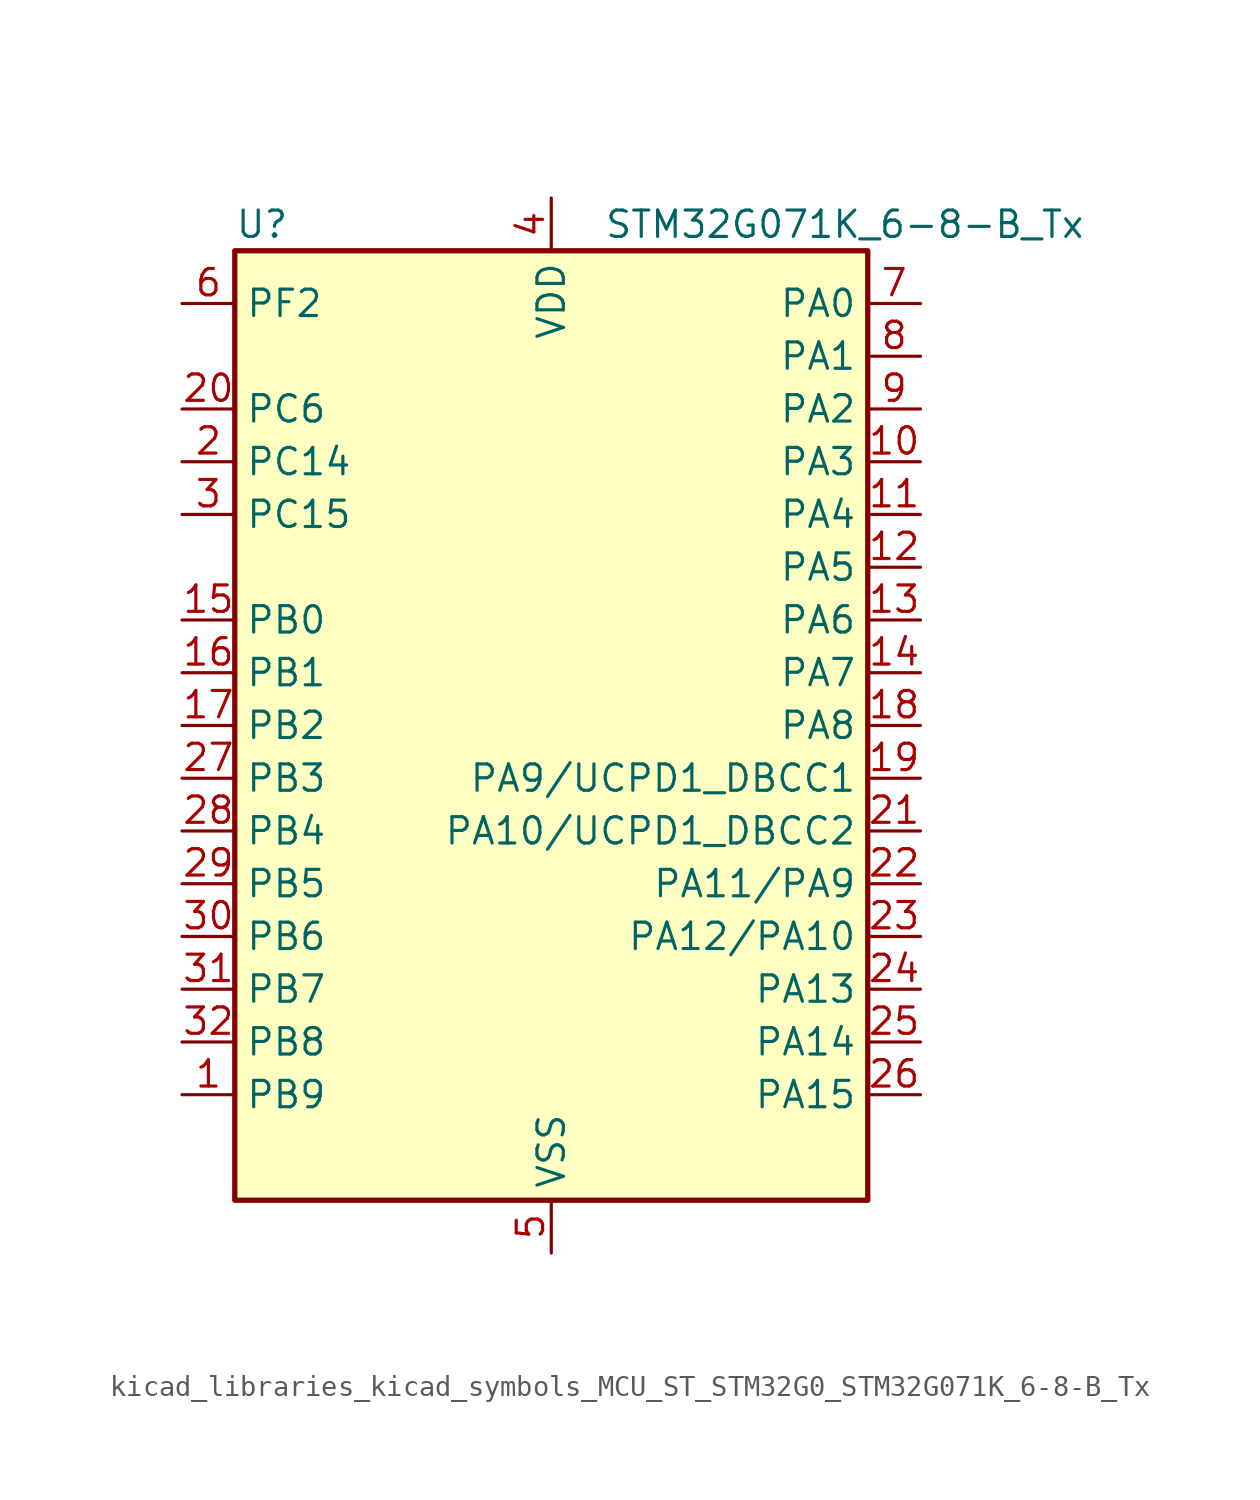
<source format=kicad_sym>
(kicad_symbol_lib
  (version 20220914)
  (generator kicad_symbol_editor)
  (symbol "kicad_libraries_kicad_symbols_MCU_ST_STM32G0_STM32G071K_6-8-B_Tx"
    (property "Reference" "U"
      (at -15.24 24.13 0)
      (effects (font (size 1.27 1.27)) (justify left)))
    (property "Value" "STM32G071K_6-8-B_Tx"
      (at 2.54 24.13 0)
      (effects (font (size 1.27 1.27)) (justify left)))
    (property "ki_locked" ""
      (at 0 0 0)
      (effects (font (size 1.27 1.27))))
    (symbol "kicad_libraries_kicad_symbols_MCU_ST_STM32G0_STM32G071K_6-8-B_Tx_0_1"
      (rectangle (start -15.24 -22.86) (end 15.24 22.86) (stroke (width 0.254) (type default)) (fill (type background))))
    (symbol "kicad_libraries_kicad_symbols_MCU_ST_STM32G0_STM32G071K_6-8-B_Tx_1_1"
      (pin bidirectional line (at -17.78 -17.78 0) (length 2.54) (name "PB9" (effects (font (size 1.27 1.27)))) (number "1" (effects (font (size 1.27 1.27)))) (alternate "DAC1_EXTI9" bidirectional line) (alternate "I2C1_SDA" bidirectional line) (alternate "IR_OUT" bidirectional line) (alternate "SPI2_NSS" bidirectional line) (alternate "TIM17_CH1" bidirectional line) (alternate "USART3_RX" bidirectional line))
      (pin bidirectional line (at 17.78 12.7 180) (length 2.54) (name "PA3" (effects (font (size 1.27 1.27)))) (number "10" (effects (font (size 1.27 1.27)))) (alternate "ADC1_IN3" bidirectional line) (alternate "COMP2_INP" bidirectional line) (alternate "LPUART1_RX" bidirectional line) (alternate "SPI2_MISO" bidirectional line) (alternate "TIM15_CH2" bidirectional line) (alternate "TIM2_CH4" bidirectional line) (alternate "USART2_RX" bidirectional line))
      (pin bidirectional line (at 17.78 10.16 180) (length 2.54) (name "PA4" (effects (font (size 1.27 1.27)))) (number "11" (effects (font (size 1.27 1.27)))) (alternate "ADC1_IN4" bidirectional line) (alternate "DAC1_OUT1" bidirectional line) (alternate "I2S1_WS" bidirectional line) (alternate "LPTIM2_OUT" bidirectional line) (alternate "RTC_OUT_ALARM" bidirectional line) (alternate "RTC_OUT_CALIB" bidirectional line) (alternate "RTC_TAMP_IN1" bidirectional line) (alternate "RTC_TS" bidirectional line) (alternate "SPI1_NSS" bidirectional line) (alternate "SPI2_MOSI" bidirectional line) (alternate "SYS_WKUP2" bidirectional line) (alternate "TIM14_CH1" bidirectional line))
      (pin bidirectional line (at 17.78 7.62 180) (length 2.54) (name "PA5" (effects (font (size 1.27 1.27)))) (number "12" (effects (font (size 1.27 1.27)))) (alternate "ADC1_IN5" bidirectional line) (alternate "CEC" bidirectional line) (alternate "DAC1_OUT2" bidirectional line) (alternate "I2S1_CK" bidirectional line) (alternate "LPTIM2_ETR" bidirectional line) (alternate "SPI1_SCK" bidirectional line) (alternate "TIM2_CH1" bidirectional line) (alternate "TIM2_ETR" bidirectional line) (alternate "UCPD1_FRSTX1" bidirectional line) (alternate "UCPD1_FRSTX2" bidirectional line) (alternate "USART3_TX" bidirectional line))
      (pin bidirectional line (at 17.78 5.08 180) (length 2.54) (name "PA6" (effects (font (size 1.27 1.27)))) (number "13" (effects (font (size 1.27 1.27)))) (alternate "ADC1_IN6" bidirectional line) (alternate "COMP1_OUT" bidirectional line) (alternate "I2S1_MCK" bidirectional line) (alternate "LPUART1_CTS" bidirectional line) (alternate "SPI1_MISO" bidirectional line) (alternate "TIM16_CH1" bidirectional line) (alternate "TIM1_BK" bidirectional line) (alternate "TIM3_CH1" bidirectional line) (alternate "USART3_CTS" bidirectional line) (alternate "USART3_NSS" bidirectional line))
      (pin bidirectional line (at 17.78 2.54 180) (length 2.54) (name "PA7" (effects (font (size 1.27 1.27)))) (number "14" (effects (font (size 1.27 1.27)))) (alternate "ADC1_IN7" bidirectional line) (alternate "COMP2_OUT" bidirectional line) (alternate "I2S1_SD" bidirectional line) (alternate "SPI1_MOSI" bidirectional line) (alternate "TIM14_CH1" bidirectional line) (alternate "TIM17_CH1" bidirectional line) (alternate "TIM1_CH1N" bidirectional line) (alternate "TIM3_CH2" bidirectional line) (alternate "UCPD1_FRSTX1" bidirectional line) (alternate "UCPD1_FRSTX2" bidirectional line))
      (pin bidirectional line (at -17.78 5.08 0) (length 2.54) (name "PB0" (effects (font (size 1.27 1.27)))) (number "15" (effects (font (size 1.27 1.27)))) (alternate "ADC1_IN8" bidirectional line) (alternate "COMP1_OUT" bidirectional line) (alternate "I2S1_WS" bidirectional line) (alternate "LPTIM1_OUT" bidirectional line) (alternate "SPI1_NSS" bidirectional line) (alternate "TIM1_CH2N" bidirectional line) (alternate "TIM3_CH3" bidirectional line) (alternate "UCPD1_FRSTX1" bidirectional line) (alternate "UCPD1_FRSTX2" bidirectional line) (alternate "USART3_RX" bidirectional line))
      (pin bidirectional line (at -17.78 2.54 0) (length 2.54) (name "PB1" (effects (font (size 1.27 1.27)))) (number "16" (effects (font (size 1.27 1.27)))) (alternate "ADC1_IN9" bidirectional line) (alternate "COMP1_INM" bidirectional line) (alternate "LPTIM2_IN1" bidirectional line) (alternate "LPUART1_DE" bidirectional line) (alternate "LPUART1_RTS" bidirectional line) (alternate "TIM14_CH1" bidirectional line) (alternate "TIM1_CH3N" bidirectional line) (alternate "TIM3_CH4" bidirectional line) (alternate "USART3_CK" bidirectional line) (alternate "USART3_DE" bidirectional line) (alternate "USART3_RTS" bidirectional line))
      (pin bidirectional line (at -17.78 0 0) (length 2.54) (name "PB2" (effects (font (size 1.27 1.27)))) (number "17" (effects (font (size 1.27 1.27)))) (alternate "ADC1_IN10" bidirectional line) (alternate "COMP1_INP" bidirectional line) (alternate "LPTIM1_OUT" bidirectional line) (alternate "SPI2_MISO" bidirectional line) (alternate "USART3_TX" bidirectional line))
      (pin bidirectional line (at 17.78 0 180) (length 2.54) (name "PA8" (effects (font (size 1.27 1.27)))) (number "18" (effects (font (size 1.27 1.27)))) (alternate "LPTIM2_OUT" bidirectional line) (alternate "RCC_MCO" bidirectional line) (alternate "SPI2_NSS" bidirectional line) (alternate "TIM1_CH1" bidirectional line) (alternate "UCPD1_CC1" bidirectional line))
      (pin bidirectional line (at 17.78 -2.54 180) (length 2.54) (name "PA9/UCPD1_DBCC1" (effects (font (size 1.27 1.27)))) (number "19" (effects (font (size 1.27 1.27)))) (alternate "DAC1_EXTI9" bidirectional line) (alternate "I2C1_SCL" bidirectional line) (alternate "RCC_MCO" bidirectional line) (alternate "SPI2_MISO" bidirectional line) (alternate "TIM15_BK" bidirectional line) (alternate "TIM1_CH2" bidirectional line) (alternate "UCPD1_DBCC1" bidirectional line) (alternate "USART1_TX" bidirectional line))
      (pin bidirectional line (at -17.78 12.7 0) (length 2.54) (name "PC14" (effects (font (size 1.27 1.27)))) (number "2" (effects (font (size 1.27 1.27)))) (alternate "RCC_OSC32_IN" bidirectional line) (alternate "RCC_OSC_IN" bidirectional line) (alternate "TIM1_BK2" bidirectional line))
      (pin bidirectional line (at -17.78 15.24 0) (length 2.54) (name "PC6" (effects (font (size 1.27 1.27)))) (number "20" (effects (font (size 1.27 1.27)))) (alternate "TIM2_CH3" bidirectional line) (alternate "TIM3_CH1" bidirectional line) (alternate "UCPD1_FRSTX1" bidirectional line) (alternate "UCPD1_FRSTX2" bidirectional line))
      (pin bidirectional line (at 17.78 -5.08 180) (length 2.54) (name "PA10/UCPD1_DBCC2" (effects (font (size 1.27 1.27)))) (number "21" (effects (font (size 1.27 1.27)))) (alternate "I2C1_SDA" bidirectional line) (alternate "SPI2_MOSI" bidirectional line) (alternate "TIM17_BK" bidirectional line) (alternate "TIM1_CH3" bidirectional line) (alternate "UCPD1_DBCC2" bidirectional line) (alternate "USART1_RX" bidirectional line))
      (pin bidirectional line (at 17.78 -7.62 180) (length 2.54) (name "PA11/PA9" (effects (font (size 1.27 1.27)))) (number "22" (effects (font (size 1.27 1.27)))) (alternate "ADC1_EXTI11" bidirectional line) (alternate "COMP1_OUT" bidirectional line) (alternate "I2C2_SCL" bidirectional line) (alternate "I2S1_MCK" bidirectional line) (alternate "SPI1_MISO" bidirectional line) (alternate "TIM1_BK2" bidirectional line) (alternate "TIM1_CH4" bidirectional line) (alternate "USART1_CTS" bidirectional line) (alternate "USART1_NSS" bidirectional line))
      (pin bidirectional line (at 17.78 -10.16 180) (length 2.54) (name "PA12/PA10" (effects (font (size 1.27 1.27)))) (number "23" (effects (font (size 1.27 1.27)))) (alternate "COMP2_OUT" bidirectional line) (alternate "I2C2_SDA" bidirectional line) (alternate "I2S1_SD" bidirectional line) (alternate "I2S_CKIN" bidirectional line) (alternate "SPI1_MOSI" bidirectional line) (alternate "TIM1_ETR" bidirectional line) (alternate "USART1_CK" bidirectional line) (alternate "USART1_DE" bidirectional line) (alternate "USART1_RTS" bidirectional line))
      (pin bidirectional line (at 17.78 -12.7 180) (length 2.54) (name "PA13" (effects (font (size 1.27 1.27)))) (number "24" (effects (font (size 1.27 1.27)))) (alternate "IR_OUT" bidirectional line) (alternate "SYS_SWDIO" bidirectional line))
      (pin bidirectional line (at 17.78 -15.24 180) (length 2.54) (name "PA14" (effects (font (size 1.27 1.27)))) (number "25" (effects (font (size 1.27 1.27)))) (alternate "SYS_SWCLK" bidirectional line) (alternate "USART2_TX" bidirectional line))
      (pin bidirectional line (at 17.78 -17.78 180) (length 2.54) (name "PA15" (effects (font (size 1.27 1.27)))) (number "26" (effects (font (size 1.27 1.27)))) (alternate "I2S1_WS" bidirectional line) (alternate "SPI1_NSS" bidirectional line) (alternate "TIM2_CH1" bidirectional line) (alternate "TIM2_ETR" bidirectional line) (alternate "USART2_RX" bidirectional line) (alternate "USART3_CK" bidirectional line) (alternate "USART3_DE" bidirectional line) (alternate "USART3_RTS" bidirectional line) (alternate "USART4_CK" bidirectional line) (alternate "USART4_DE" bidirectional line) (alternate "USART4_RTS" bidirectional line))
      (pin bidirectional line (at -17.78 -2.54 0) (length 2.54) (name "PB3" (effects (font (size 1.27 1.27)))) (number "27" (effects (font (size 1.27 1.27)))) (alternate "COMP2_INM" bidirectional line) (alternate "I2S1_CK" bidirectional line) (alternate "SPI1_SCK" bidirectional line) (alternate "TIM1_CH2" bidirectional line) (alternate "TIM2_CH2" bidirectional line) (alternate "USART1_CK" bidirectional line) (alternate "USART1_DE" bidirectional line) (alternate "USART1_RTS" bidirectional line))
      (pin bidirectional line (at -17.78 -5.08 0) (length 2.54) (name "PB4" (effects (font (size 1.27 1.27)))) (number "28" (effects (font (size 1.27 1.27)))) (alternate "COMP2_INP" bidirectional line) (alternate "I2S1_MCK" bidirectional line) (alternate "SPI1_MISO" bidirectional line) (alternate "TIM17_BK" bidirectional line) (alternate "TIM3_CH1" bidirectional line) (alternate "USART1_CTS" bidirectional line) (alternate "USART1_NSS" bidirectional line))
      (pin bidirectional line (at -17.78 -7.62 0) (length 2.54) (name "PB5" (effects (font (size 1.27 1.27)))) (number "29" (effects (font (size 1.27 1.27)))) (alternate "COMP2_OUT" bidirectional line) (alternate "I2C1_SMBA" bidirectional line) (alternate "I2S1_SD" bidirectional line) (alternate "LPTIM1_IN1" bidirectional line) (alternate "SPI1_MOSI" bidirectional line) (alternate "SYS_WKUP6" bidirectional line) (alternate "TIM16_BK" bidirectional line) (alternate "TIM3_CH2" bidirectional line))
      (pin bidirectional line (at -17.78 10.16 0) (length 2.54) (name "PC15" (effects (font (size 1.27 1.27)))) (number "3" (effects (font (size 1.27 1.27)))) (alternate "RCC_OSC32_EN" bidirectional line) (alternate "RCC_OSC32_OUT" bidirectional line) (alternate "RCC_OSC_EN" bidirectional line) (alternate "TIM15_BK" bidirectional line))
      (pin bidirectional line (at -17.78 -10.16 0) (length 2.54) (name "PB6" (effects (font (size 1.27 1.27)))) (number "30" (effects (font (size 1.27 1.27)))) (alternate "COMP2_INP" bidirectional line) (alternate "I2C1_SCL" bidirectional line) (alternate "LPTIM1_ETR" bidirectional line) (alternate "SPI2_MISO" bidirectional line) (alternate "TIM16_CH1N" bidirectional line) (alternate "TIM1_CH3" bidirectional line) (alternate "USART1_TX" bidirectional line))
      (pin bidirectional line (at -17.78 -12.7 0) (length 2.54) (name "PB7" (effects (font (size 1.27 1.27)))) (number "31" (effects (font (size 1.27 1.27)))) (alternate "COMP2_INM" bidirectional line) (alternate "I2C1_SDA" bidirectional line) (alternate "LPTIM1_IN2" bidirectional line) (alternate "SPI2_MOSI" bidirectional line) (alternate "SYS_PVD_IN" bidirectional line) (alternate "TIM17_CH1N" bidirectional line) (alternate "USART1_RX" bidirectional line) (alternate "USART4_CTS" bidirectional line) (alternate "USART4_NSS" bidirectional line))
      (pin bidirectional line (at -17.78 -15.24 0) (length 2.54) (name "PB8" (effects (font (size 1.27 1.27)))) (number "32" (effects (font (size 1.27 1.27)))) (alternate "CEC" bidirectional line) (alternate "I2C1_SCL" bidirectional line) (alternate "SPI2_SCK" bidirectional line) (alternate "TIM15_BK" bidirectional line) (alternate "TIM16_CH1" bidirectional line) (alternate "USART3_TX" bidirectional line))
      (pin power_in line (at 0 25.4 270) (length 2.54) (name "VDD" (effects (font (size 1.27 1.27)))) (number "4" (effects (font (size 1.27 1.27)))))
      (pin power_in line (at 0 -25.4 90) (length 2.54) (name "VSS" (effects (font (size 1.27 1.27)))) (number "5" (effects (font (size 1.27 1.27)))))
      (pin bidirectional line (at -17.78 20.32 0) (length 2.54) (name "PF2" (effects (font (size 1.27 1.27)))) (number "6" (effects (font (size 1.27 1.27)))) (alternate "RCC_MCO" bidirectional line))
      (pin bidirectional line (at 17.78 20.32 180) (length 2.54) (name "PA0" (effects (font (size 1.27 1.27)))) (number "7" (effects (font (size 1.27 1.27)))) (alternate "ADC1_IN0" bidirectional line) (alternate "COMP1_INM" bidirectional line) (alternate "COMP1_OUT" bidirectional line) (alternate "LPTIM1_OUT" bidirectional line) (alternate "RTC_TAMP_IN2" bidirectional line) (alternate "SPI2_SCK" bidirectional line) (alternate "SYS_WKUP1" bidirectional line) (alternate "TIM2_CH1" bidirectional line) (alternate "TIM2_ETR" bidirectional line) (alternate "USART2_CTS" bidirectional line) (alternate "USART2_NSS" bidirectional line) (alternate "USART4_TX" bidirectional line))
      (pin bidirectional line (at 17.78 17.78 180) (length 2.54) (name "PA1" (effects (font (size 1.27 1.27)))) (number "8" (effects (font (size 1.27 1.27)))) (alternate "ADC1_IN1" bidirectional line) (alternate "COMP1_INP" bidirectional line) (alternate "I2C1_SMBA" bidirectional line) (alternate "I2S1_CK" bidirectional line) (alternate "SPI1_SCK" bidirectional line) (alternate "TIM15_CH1N" bidirectional line) (alternate "TIM2_CH2" bidirectional line) (alternate "USART2_CK" bidirectional line) (alternate "USART2_DE" bidirectional line) (alternate "USART2_RTS" bidirectional line) (alternate "USART4_RX" bidirectional line))
      (pin bidirectional line (at 17.78 15.24 180) (length 2.54) (name "PA2" (effects (font (size 1.27 1.27)))) (number "9" (effects (font (size 1.27 1.27)))) (alternate "ADC1_IN2" bidirectional line) (alternate "COMP2_INM" bidirectional line) (alternate "COMP2_OUT" bidirectional line) (alternate "I2S1_SD" bidirectional line) (alternate "LPUART1_TX" bidirectional line) (alternate "RCC_LSCO" bidirectional line) (alternate "SPI1_MOSI" bidirectional line) (alternate "SYS_WKUP4" bidirectional line) (alternate "TIM15_CH1" bidirectional line) (alternate "TIM2_CH3" bidirectional line) (alternate "UCPD1_FRSTX1" bidirectional line) (alternate "UCPD1_FRSTX2" bidirectional line) (alternate "USART2_TX" bidirectional line)))))
</source>
